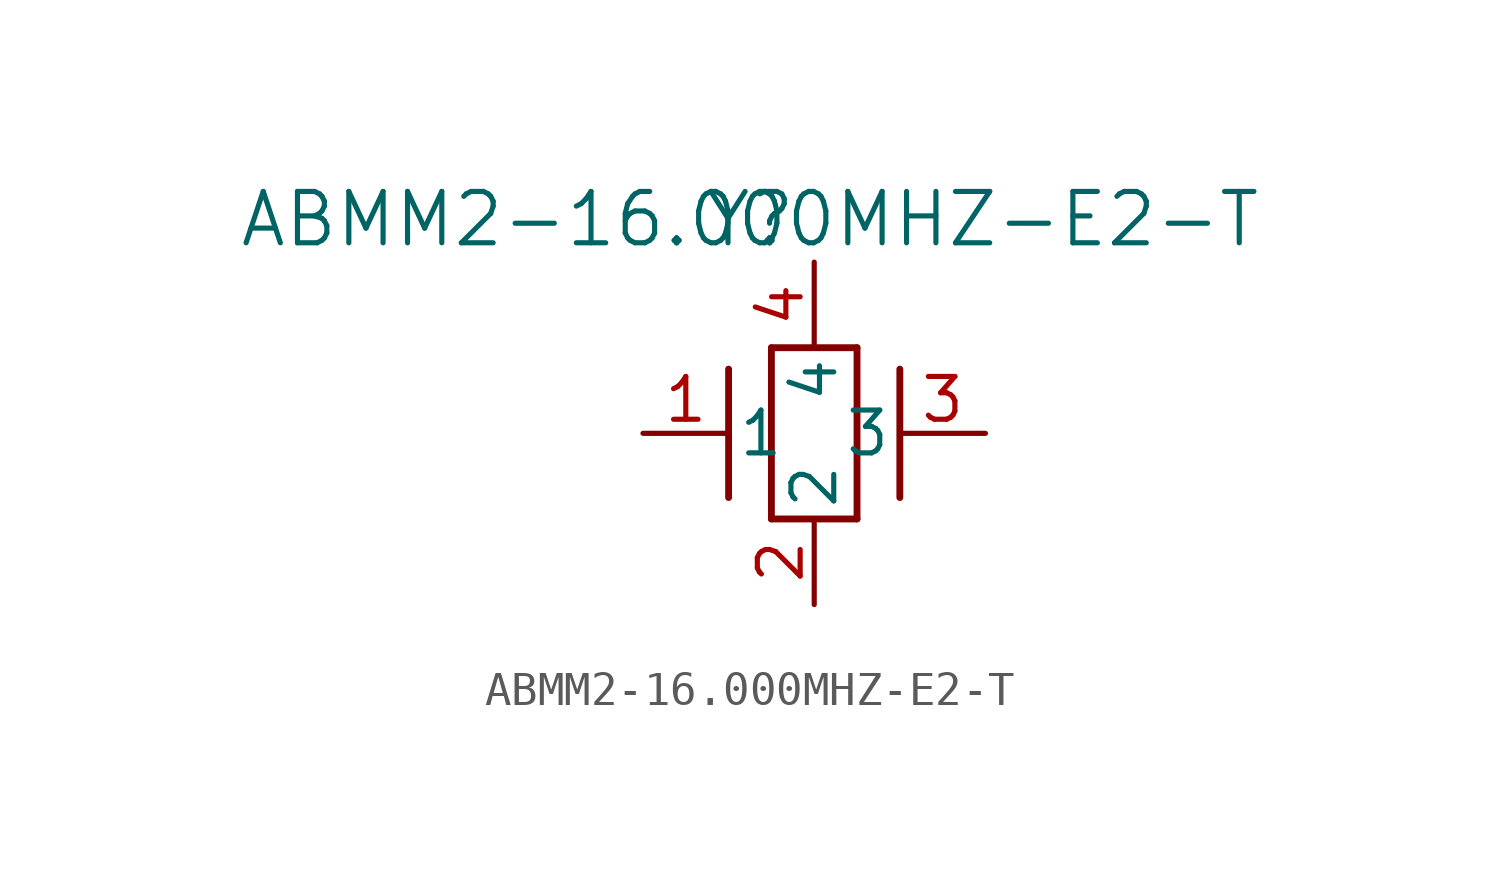
<source format=kicad_sym>
(kicad_symbol_lib
  (version 20211014)
  (generator kicad_symbol_editor)
  (symbol "ABMM2-16.000MHZ-E2-T"
    (pin_names
      (offset 0.254))
    (property "Reference" "Y"
      (at 3.175 6.35 0)
      (effects (font (size 1.524 1.524))))
    (property "Value" "ABMM2-16.000MHZ-E2-T"
      (at 3.175 6.35 0)
      (effects (font (size 1.524 1.524))))
    (symbol "ABMM2-16.000MHZ-E2-T_0_1"
      (polyline (pts (xy 2.54 -1.905) (xy 2.54 1.905)) (stroke (width 0.203) (type default) (color 0 0 0 0)) (fill (type none)))
      (polyline (pts (xy 6.35 2.54) (xy 6.35 -2.54)) (stroke (width 0.203) (type default) (color 0 0 0 0)) (fill (type none)))
      (polyline (pts (xy 7.62 -1.905) (xy 7.62 1.905)) (stroke (width 0.203) (type default) (color 0 0 0 0)) (fill (type none)))
      (polyline (pts (xy 6.35 -2.54) (xy 3.81 -2.54)) (stroke (width 0.203) (type default) (color 0 0 0 0)) (fill (type none)))
      (polyline (pts (xy 3.81 2.54) (xy 6.35 2.54)) (stroke (width 0.203) (type default) (color 0 0 0 0)) (fill (type none)))
      (polyline (pts (xy 3.81 -2.54) (xy 3.81 2.54)) (stroke (width 0.203) (type default) (color 0 0 0 0)) (fill (type none)))
      (pin unspecified line (at 0 0 0) (length 2.54) (name "1" (effects (font (size 1.27 1.27)))) (number "1" (effects (font (size 1.27 1.27)))))
      (pin unspecified line (at 5.08 -5.08 90) (length 2.54) (name "2" (effects (font (size 1.27 1.27)))) (number "2" (effects (font (size 1.27 1.27)))))
      (pin unspecified line (at 10.16 0 180) (length 2.54) (name "3" (effects (font (size 1.27 1.27)))) (number "3" (effects (font (size 1.27 1.27)))))
      (pin unspecified line (at 5.08 5.08 270) (length 2.54) (name "4" (effects (font (size 1.27 1.27)))) (number "4" (effects (font (size 1.27 1.27))))))))
</source>
